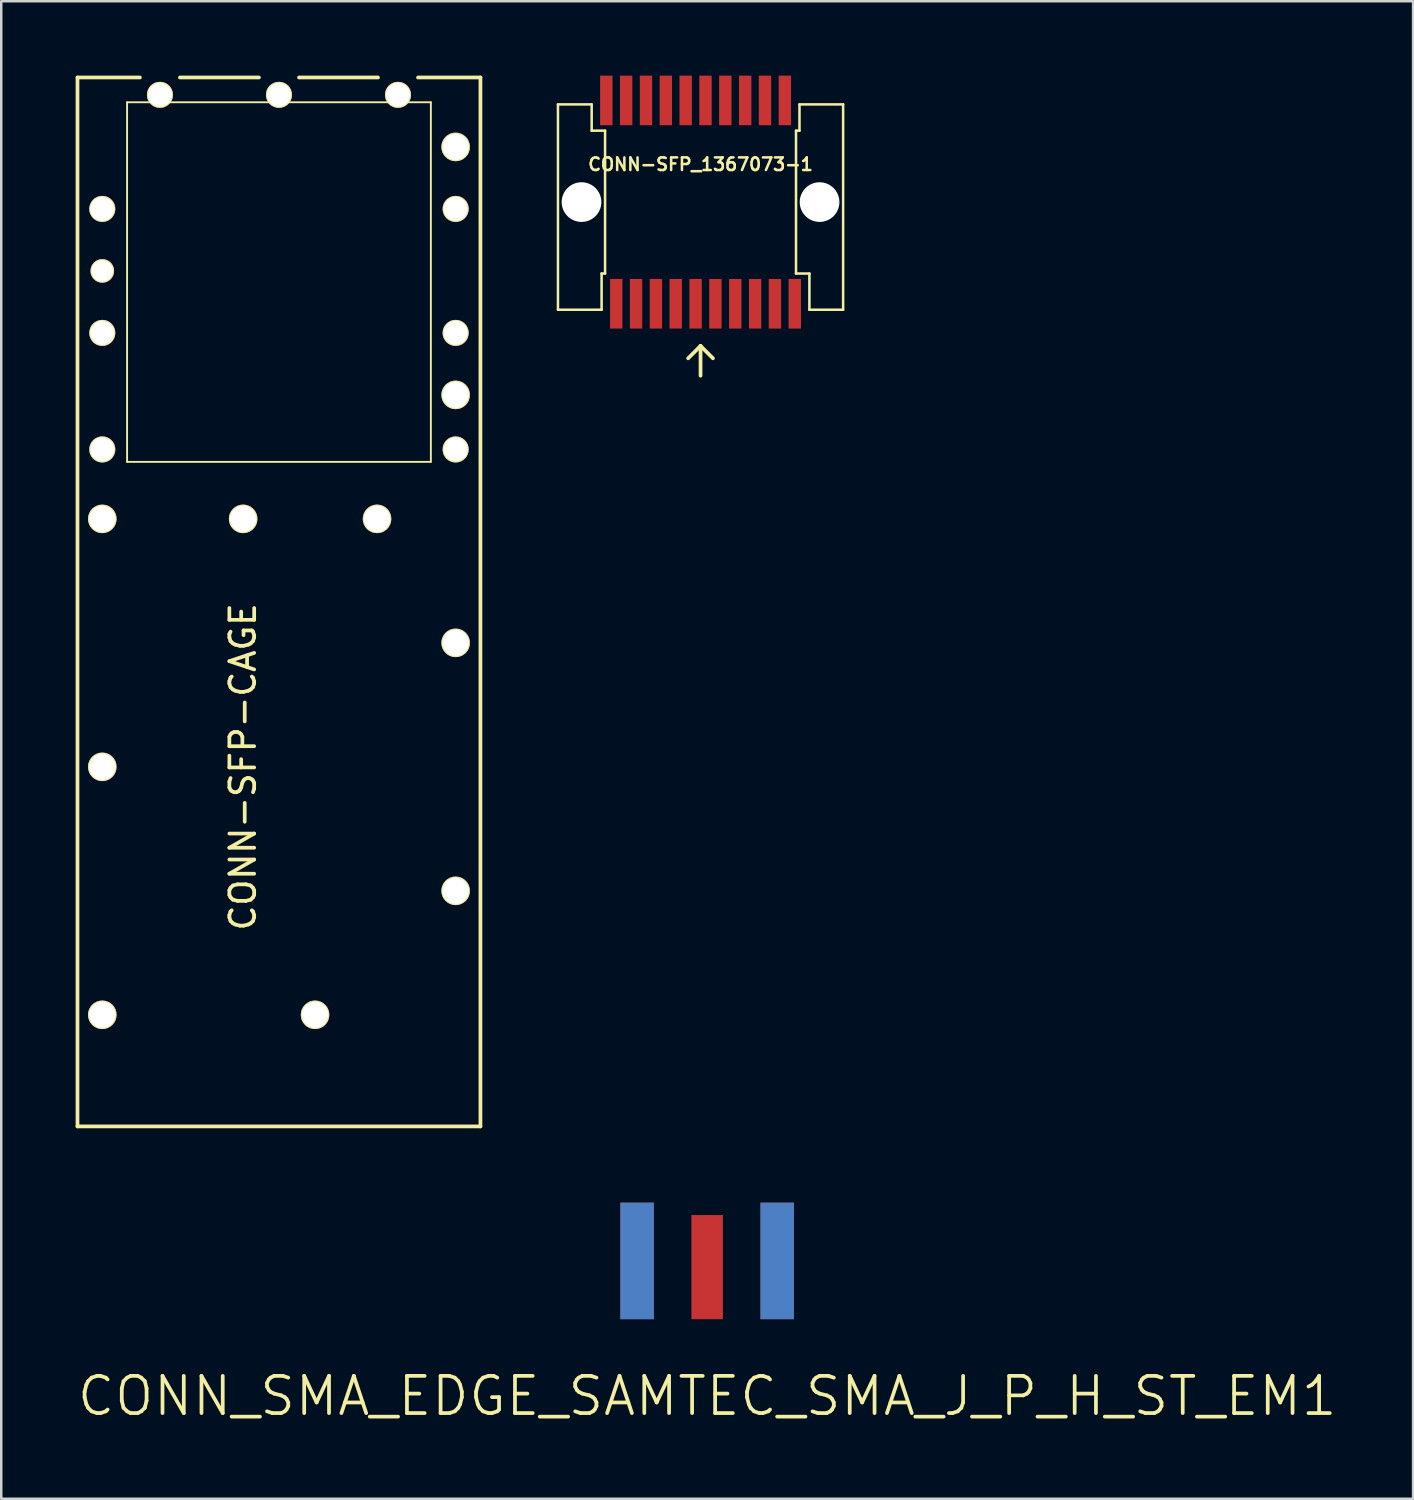
<source format=kicad_pcb>
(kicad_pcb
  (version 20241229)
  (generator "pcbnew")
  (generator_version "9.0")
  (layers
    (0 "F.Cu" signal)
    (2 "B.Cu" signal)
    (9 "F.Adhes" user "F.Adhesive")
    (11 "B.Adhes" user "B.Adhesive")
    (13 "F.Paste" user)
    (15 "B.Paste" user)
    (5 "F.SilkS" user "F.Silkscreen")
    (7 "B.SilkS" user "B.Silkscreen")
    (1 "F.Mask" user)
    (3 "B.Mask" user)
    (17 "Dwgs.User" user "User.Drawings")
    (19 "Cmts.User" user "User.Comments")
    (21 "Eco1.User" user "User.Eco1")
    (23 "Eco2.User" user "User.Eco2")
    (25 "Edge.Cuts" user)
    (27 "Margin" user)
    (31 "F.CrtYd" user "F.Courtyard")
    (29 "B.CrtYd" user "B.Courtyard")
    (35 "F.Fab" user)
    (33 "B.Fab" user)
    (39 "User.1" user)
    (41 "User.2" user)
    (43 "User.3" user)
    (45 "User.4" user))
  (footprint "CONN_SMA_EDGE_SAMTEC_SMA_J_P_H_ST_EM1"
    (layer "F.Cu")
    (at 25.468 50.15)
    (property "Reference" "CONN_SMA_EDGE_SAMTEC_SMA_J_P_H_ST_EM1" (at 0 3.1 180) (layer "F.SilkS") (effects (font (size 1.5 1.5) (thickness 0.15))))
    (attr through_hole)
    (pad "1" smd rect (at 0 -2.1) (size 1.27 4.2) (layers "F.Cu" "F.Mask" "F.Paste"))
    (pad "2" smd rect (at -2.825 -2.35) (size 1.35 4.7) (layers "F.Cu" "F.Mask" "F.Paste"))
    (pad "2" smd rect (at -2.825 -2.35) (size 1.35 4.7) (layers "B.Cu" "B.Mask"))
    (pad "2" smd rect (at 2.825 -2.35) (size 1.35 4.7) (layers "F.Cu" "F.Mask" "F.Paste"))
    (pad "2" smd rect (at 2.825 -2.35 180) (size 1.35 4.7) (layers "B.Cu" "B.Mask")))
  (footprint "CONN-SFP_1367073-1"
    (layer "F.Cu")
    (at 25.201 5.1)
    (property "Reference" "CONN-SFP_1367073-1" (at 0 -1.524 0) (layer "F.SilkS") (effects (font (size 0.508 0.508) (thickness 0.102))))
    (attr through_hole)
    (fp_line (start -5.75 -3.94) (end -5.75 4.34) (stroke (width 0.102) (type solid)) (layer "F.SilkS"))
    (fp_line (start -5.75 -3.94) (end -4.39 -3.94) (stroke (width 0.102) (type solid)) (layer "F.SilkS"))
    (fp_line (start -5.75 4.34) (end -3.99 4.34) (stroke (width 0.102) (type solid)) (layer "F.SilkS"))
    (fp_line (start -4.39 -3.94) (end -4.39 -2.88) (stroke (width 0.102) (type solid)) (layer "F.SilkS"))
    (fp_line (start -4.39 -2.88) (end -3.85 -2.88) (stroke (width 0.102) (type solid)) (layer "F.SilkS"))
    (fp_line (start -3.99 2.88) (end -3.85 2.88) (stroke (width 0.102) (type solid)) (layer "F.SilkS"))
    (fp_line (start -3.99 4.34) (end -3.99 2.88) (stroke (width 0.102) (type solid)) (layer "F.SilkS"))
    (fp_line (start -3.85 -2.88) (end -3.85 2.88) (stroke (width 0.102) (type solid)) (layer "F.SilkS"))
    (fp_line (start 0 5.8) (end -0.5 6.3) (stroke (width 0.15) (type solid)) (layer "F.SilkS"))
    (fp_line (start 0 5.8) (end 0.5 6.3) (stroke (width 0.15) (type solid)) (layer "F.SilkS"))
    (fp_line (start 0 7) (end 0 5.8) (stroke (width 0.15) (type solid)) (layer "F.SilkS"))
    (fp_line (start 3.85 -2.88) (end 3.99 -2.88) (stroke (width 0.102) (type solid)) (layer "F.SilkS"))
    (fp_line (start 3.85 2.88) (end 3.85 -2.88) (stroke (width 0.102) (type solid)) (layer "F.SilkS"))
    (fp_line (start 3.85 2.88) (end 4.39 2.88) (stroke (width 0.102) (type solid)) (layer "F.SilkS"))
    (fp_line (start 3.99 -3.94) (end 3.99 -2.88) (stroke (width 0.102) (type solid)) (layer "F.SilkS"))
    (fp_line (start 4.39 4.34) (end 4.39 2.88) (stroke (width 0.102) (type solid)) (layer "F.SilkS"))
    (fp_line (start 5.75 -3.94) (end 3.99 -3.94) (stroke (width 0.102) (type solid)) (layer "F.SilkS"))
    (fp_line (start 5.75 -3.94) (end 5.75 4.34) (stroke (width 0.102) (type solid)) (layer "F.SilkS"))
    (fp_line (start 5.75 4.34) (end 4.39 4.34) (stroke (width 0.102) (type solid)) (layer "F.SilkS"))
    (pad "" np_thru_hole circle (at -4.8 0) (size 1.6 1.6) (drill 1.6) (layers "*.Cu" "*.Mask"))
    (pad "" np_thru_hole circle (at 4.8 0) (size 1.6 1.6) (drill 1.6) (layers "*.Cu" "*.Mask"))
    (pad "1" smd rect (at -3.4 4.1) (size 0.5 2) (layers "F.Cu" "F.Mask" "F.Paste"))
    (pad "2" smd rect (at -2.6 4.1) (size 0.5 2) (layers "F.Cu" "F.Mask" "F.Paste"))
    (pad "3" smd rect (at -1.8 4.1) (size 0.5 2) (layers "F.Cu" "F.Mask" "F.Paste"))
    (pad "4" smd rect (at -1 4.1) (size 0.5 2) (layers "F.Cu" "F.Mask" "F.Paste"))
    (pad "5" smd rect (at -0.2 4.1) (size 0.5 2) (layers "F.Cu" "F.Mask" "F.Paste"))
    (pad "6" smd rect (at 0.6 4.1) (size 0.5 2) (layers "F.Cu" "F.Mask" "F.Paste"))
    (pad "7" smd rect (at 1.4 4.1) (size 0.5 2) (layers "F.Cu" "F.Mask" "F.Paste"))
    (pad "8" smd rect (at 2.2 4.1) (size 0.5 2) (layers "F.Cu" "F.Mask" "F.Paste"))
    (pad "9" smd rect (at 3 4.1) (size 0.5 2) (layers "F.Cu" "F.Mask" "F.Paste"))
    (pad "10" smd rect (at 3.8 4.1) (size 0.5 2) (layers "F.Cu" "F.Mask" "F.Paste"))
    (pad "11" smd rect (at 3.4 -4.1) (size 0.5 2) (layers "F.Cu" "F.Mask" "F.Paste"))
    (pad "12" smd rect (at 2.6 -4.1) (size 0.5 2) (layers "F.Cu" "F.Mask" "F.Paste"))
    (pad "13" smd rect (at 1.8 -4.1) (size 0.5 2) (layers "F.Cu" "F.Mask" "F.Paste"))
    (pad "14" smd rect (at 1 -4.1) (size 0.5 2) (layers "F.Cu" "F.Mask" "F.Paste"))
    (pad "15" smd rect (at 0.2 -4.1) (size 0.5 2) (layers "F.Cu" "F.Mask" "F.Paste"))
    (pad "16" smd rect (at -0.6 -4.1) (size 0.5 2) (layers "F.Cu" "F.Mask" "F.Paste"))
    (pad "17" smd rect (at -1.4 -4.1) (size 0.5 2) (layers "F.Cu" "F.Mask" "F.Paste"))
    (pad "18" smd rect (at -2.2 -4.1) (size 0.5 2) (layers "F.Cu" "F.Mask" "F.Paste"))
    (pad "19" smd rect (at -3 -4.1) (size 0.5 2) (layers "F.Cu" "F.Mask" "F.Paste"))
    (pad "20" smd rect (at -3.8 -4.1) (size 0.5 2) (layers "F.Cu" "F.Mask" "F.Paste")))
  (footprint "CONN-SFP-CAGE"
    (layer "F.Cu")
    (at 8.2 6.975)
    (property "Reference" "CONN-SFP-CAGE" (at -1.455 20.9 90) (layer "F.SilkS") (effects (font (size 1 1) (thickness 0.15))))
    (attr through_hole)
    (fp_line (start -8.125 -6.9) (end -8.125 35.4) (stroke (width 0.15) (type solid)) (layer "F.SilkS"))
    (fp_line (start -8.125 -6.9) (end -5.608 -6.9) (stroke (width 0.15) (type solid)) (layer "F.SilkS"))
    (fp_line (start -8.125 35.4) (end 8.125 35.4) (stroke (width 0.15) (type solid)) (layer "F.SilkS"))
    (fp_line (start -6.125 -5.9) (end -6.125 8.6) (stroke (width 0.076) (type solid)) (layer "F.SilkS"))
    (fp_line (start -6.125 -5.9) (end 6.125 -5.9) (stroke (width 0.076) (type solid)) (layer "F.SilkS"))
    (fp_line (start -6.125 8.6) (end 6.125 8.6) (stroke (width 0.076) (type solid)) (layer "F.SilkS"))
    (fp_line (start -3.993 -6.9) (end -0.808 -6.9) (stroke (width 0.15) (type solid)) (layer "F.SilkS"))
    (fp_line (start 0.808 -6.9) (end 3.993 -6.9) (stroke (width 0.15) (type solid)) (layer "F.SilkS"))
    (fp_line (start 5.608 -6.9) (end 8.125 -6.9) (stroke (width 0.15) (type solid)) (layer "F.SilkS"))
    (fp_line (start 6.125 -5.9) (end 6.125 8.6) (stroke (width 0.076) (type solid)) (layer "F.SilkS"))
    (fp_line (start 8.125 -6.9) (end 8.125 35.4) (stroke (width 0.15) (type solid)) (layer "F.SilkS"))
    (pad "" thru_hole circle (at -7.125 -1.6) (size 1.05 1.05) (drill 0.95) (layers "*.Cu" "*.Mask" "F.SilkS"))
    (pad "" thru_hole circle (at -7.125 0.9) (size 0.95 0.95) (drill 0.85) (layers "*.Cu" "*.Mask" "F.SilkS"))
    (pad "" thru_hole circle (at -7.125 3.4) (size 1.05 1.05) (drill 0.95) (layers "*.Cu" "*.Mask" "F.SilkS"))
    (pad "" thru_hole circle (at -7.125 8.1) (size 1.05 1.05) (drill 0.95) (layers "*.Cu" "*.Mask" "F.SilkS"))
    (pad "" thru_hole circle (at -7.125 10.9) (size 1.15 1.15) (drill 1.05) (layers "*.Cu" "*.Mask" "F.SilkS"))
    (pad "" thru_hole circle (at -7.125 20.9) (size 1.15 1.15) (drill 1.05) (layers "*.Cu" "*.Mask" "F.SilkS"))
    (pad "" thru_hole circle (at -7.125 30.9) (size 1.15 1.15) (drill 1.05) (layers "*.Cu" "*.Mask" "F.SilkS"))
    (pad "" thru_hole circle (at -4.8 -6.2) (size 1.05 1.05) (drill 0.95) (layers "*.Cu" "*.Mask" "F.SilkS"))
    (pad "" thru_hole circle (at -1.445 10.9) (size 1.15 1.15) (drill 1.05) (layers "*.Cu" "*.Mask" "F.SilkS"))
    (pad "" thru_hole circle (at 0 -6.2) (size 1.05 1.05) (drill 0.95) (layers "*.Cu" "*.Mask" "F.SilkS"))
    (pad "" thru_hole circle (at 1.455 30.9) (size 1.15 1.15) (drill 1.05) (layers "*.Cu" "*.Mask" "F.SilkS"))
    (pad "" thru_hole circle (at 3.955 10.9) (size 1.15 1.15) (drill 1.05) (layers "*.Cu" "*.Mask" "F.SilkS"))
    (pad "" thru_hole circle (at 4.8 -6.2) (size 1.05 1.05) (drill 0.95) (layers "*.Cu" "*.Mask" "F.SilkS"))
    (pad "" thru_hole circle (at 7.125 -4.1) (size 1.15 1.15) (drill 1.05) (layers "*.Cu" "*.Mask" "F.SilkS"))
    (pad "" thru_hole circle (at 7.125 -1.6) (size 1.05 1.05) (drill 0.95) (layers "*.Cu" "*.Mask" "F.SilkS"))
    (pad "" thru_hole circle (at 7.125 3.4) (size 1.05 1.05) (drill 0.95) (layers "*.Cu" "*.Mask" "F.SilkS"))
    (pad "" thru_hole circle (at 7.125 5.9) (size 1.15 1.15) (drill 1.05) (layers "*.Cu" "*.Mask" "F.SilkS"))
    (pad "" thru_hole circle (at 7.125 8.1) (size 1.05 1.05) (drill 0.95) (layers "*.Cu" "*.Mask" "F.SilkS"))
    (pad "" thru_hole circle (at 7.125 15.9) (size 1.15 1.15) (drill 1.05) (layers "*.Cu" "*.Mask" "F.SilkS"))
    (pad "" thru_hole circle (at 7.125 25.9) (size 1.15 1.15) (drill 1.05) (layers "*.Cu" "*.Mask" "F.SilkS")))
  (gr_rect
    (start -3 -3)
    (end 53.936 57.391)
    (stroke (width 0.1) (type default))
    (fill no)
    (layer "Edge.Cuts")))
</source>
